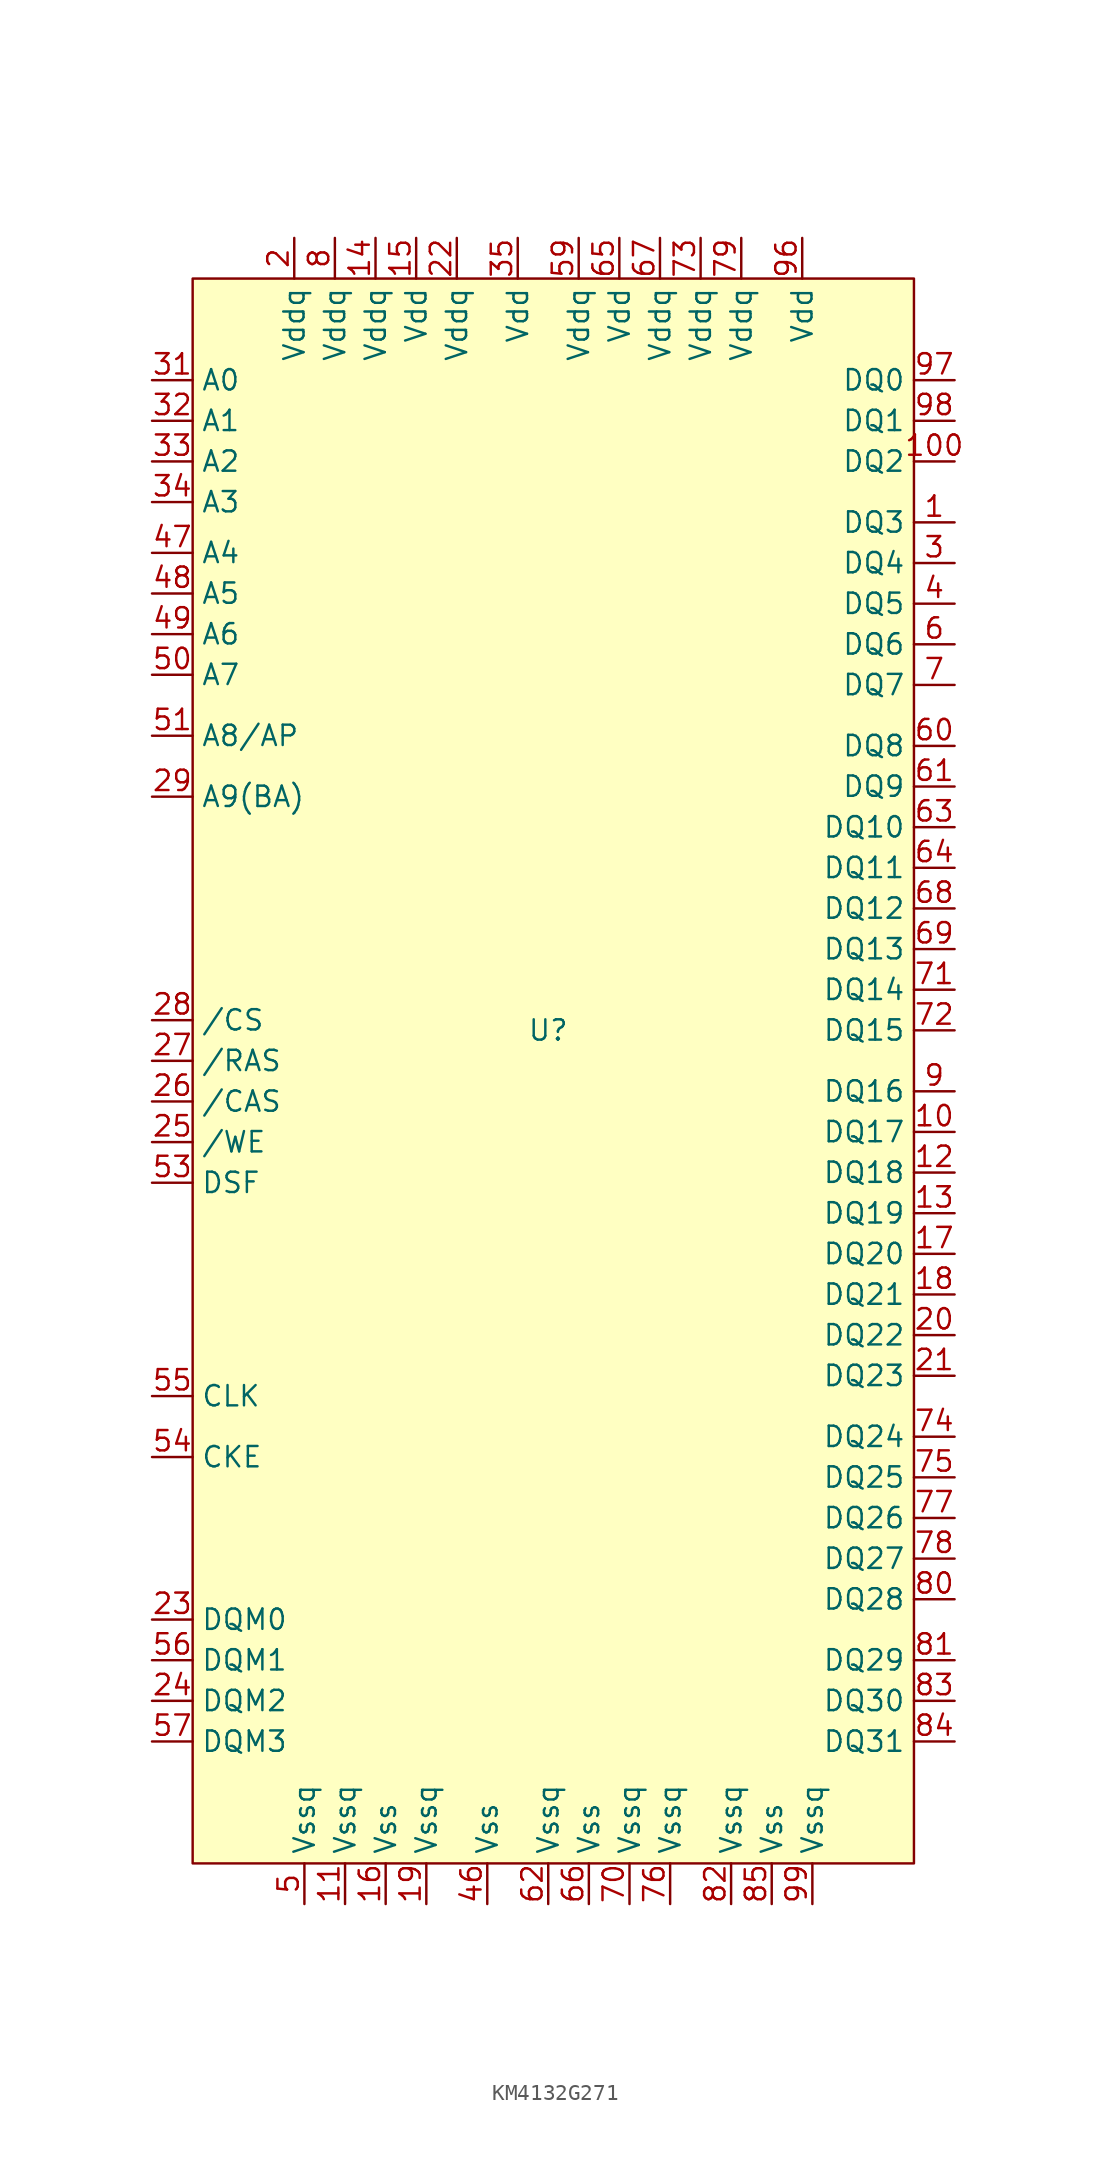
<source format=kicad_sym>
(kicad_symbol_lib
  (version 20220914)
  (generator kicad_symbol_editor)
  (symbol "KM4132G271"
    (property "Reference" "U"
      (at 22.225 -46.99 0)
      (effects (font (size 1.27 1.27))))
    (property "Value" ""
      (at 0 0 0)
      (effects (font (size 1.27 1.27))))
    (symbol "KM4132G271_1_0"
      (pin no_connect non_logic (at 34.29 -35.56 180) (length 2.54) hide (name "NC" (effects (font (size 1.27 1.27)))) (number "30" (effects (font (size 1.27 1.27)))))
      (pin no_connect non_logic (at 34.29 -38.1 180) (length 2.54) hide (name "NC" (effects (font (size 1.27 1.27)))) (number "36" (effects (font (size 1.27 1.27)))))
      (pin no_connect non_logic (at 34.29 -40.64 180) (length 2.54) hide (name "NC" (effects (font (size 1.27 1.27)))) (number "37" (effects (font (size 1.27 1.27)))))
      (pin no_connect non_logic (at 34.29 -43.18 180) (length 2.54) hide (name "NC" (effects (font (size 1.27 1.27)))) (number "38" (effects (font (size 1.27 1.27)))))
      (pin no_connect non_logic (at 34.29 -45.72 180) (length 2.54) hide (name "NC" (effects (font (size 1.27 1.27)))) (number "39" (effects (font (size 1.27 1.27)))))
      (pin no_connect non_logic (at 34.29 -48.26 180) (length 2.54) hide (name "NC" (effects (font (size 1.27 1.27)))) (number "40" (effects (font (size 1.27 1.27)))))
      (pin no_connect non_logic (at 34.29 -50.8 180) (length 2.54) hide (name "NC" (effects (font (size 1.27 1.27)))) (number "41" (effects (font (size 1.27 1.27)))))
      (pin no_connect non_logic (at 34.29 -53.34 180) (length 2.54) hide (name "NC" (effects (font (size 1.27 1.27)))) (number "42" (effects (font (size 1.27 1.27)))))
      (pin no_connect non_logic (at 34.29 -55.88 180) (length 2.54) hide (name "NC" (effects (font (size 1.27 1.27)))) (number "43" (effects (font (size 1.27 1.27)))))
      (pin no_connect non_logic (at 34.29 -58.42 180) (length 2.54) hide (name "NC" (effects (font (size 1.27 1.27)))) (number "44" (effects (font (size 1.27 1.27)))))
      (pin no_connect non_logic (at 34.29 -60.96 180) (length 2.54) hide (name "NC" (effects (font (size 1.27 1.27)))) (number "45" (effects (font (size 1.27 1.27)))))
      (pin no_connect non_logic (at 34.29 -63.5 180) (length 2.54) hide (name "NC" (effects (font (size 1.27 1.27)))) (number "52" (effects (font (size 1.27 1.27)))))
      (pin no_connect non_logic (at 34.29 -66.04 180) (length 2.54) hide (name "NC" (effects (font (size 1.27 1.27)))) (number "58" (effects (font (size 1.27 1.27)))))
      (pin no_connect non_logic (at 34.29 -68.58 180) (length 2.54) hide (name "NC" (effects (font (size 1.27 1.27)))) (number "86" (effects (font (size 1.27 1.27)))))
      (pin no_connect non_logic (at 34.29 -71.12 180) (length 2.54) hide (name "NC" (effects (font (size 1.27 1.27)))) (number "87" (effects (font (size 1.27 1.27)))))
      (pin no_connect non_logic (at 34.29 -73.66 180) (length 2.54) hide (name "NC" (effects (font (size 1.27 1.27)))) (number "88" (effects (font (size 1.27 1.27)))))
      (pin no_connect non_logic (at 34.29 -76.2 180) (length 2.54) hide (name "NC" (effects (font (size 1.27 1.27)))) (number "89" (effects (font (size 1.27 1.27)))))
      (pin no_connect non_logic (at 34.29 -78.74 180) (length 2.54) hide (name "NC" (effects (font (size 1.27 1.27)))) (number "90" (effects (font (size 1.27 1.27)))))
      (pin no_connect non_logic (at 34.29 -81.28 180) (length 2.54) hide (name "NC" (effects (font (size 1.27 1.27)))) (number "91" (effects (font (size 1.27 1.27)))))
      (pin no_connect non_logic (at 34.29 -83.82 180) (length 2.54) hide (name "NC" (effects (font (size 1.27 1.27)))) (number "92" (effects (font (size 1.27 1.27)))))
      (pin no_connect non_logic (at 34.29 -86.36 180) (length 2.54) hide (name "NC" (effects (font (size 1.27 1.27)))) (number "93" (effects (font (size 1.27 1.27)))))
      (pin no_connect non_logic (at 34.29 -88.9 180) (length 2.54) hide (name "NC" (effects (font (size 1.27 1.27)))) (number "94" (effects (font (size 1.27 1.27)))))
      (pin no_connect non_logic (at 34.29 -91.44 180) (length 2.54) hide (name "NC" (effects (font (size 1.27 1.27)))) (number "95" (effects (font (size 1.27 1.27))))))
    (symbol "KM4132G271_1_1"
      (rectangle (start 0 0) (end 45.085 -99.06) (stroke (width 0) (type default)) (fill (type background)))
      (pin bidirectional line (at 47.625 -15.24 180) (length 2.54) (name "DQ3" (effects (font (size 1.27 1.27)))) (number "1" (effects (font (size 1.27 1.27)))))
      (pin bidirectional line (at 47.625 -53.34 180) (length 2.54) (name "DQ17" (effects (font (size 1.27 1.27)))) (number "10" (effects (font (size 1.27 1.27)))))
      (pin bidirectional line (at 47.625 -11.43 180) (length 2.54) (name "DQ2" (effects (font (size 1.27 1.27)))) (number "100" (effects (font (size 1.27 1.27)))))
      (pin power_in line (at 9.525 -101.6 90) (length 2.54) (name "Vssq" (effects (font (size 1.27 1.27)))) (number "11" (effects (font (size 1.27 1.27)))))
      (pin bidirectional line (at 47.625 -55.88 180) (length 2.54) (name "DQ18" (effects (font (size 1.27 1.27)))) (number "12" (effects (font (size 1.27 1.27)))))
      (pin bidirectional line (at 47.625 -58.42 180) (length 2.54) (name "DQ19" (effects (font (size 1.27 1.27)))) (number "13" (effects (font (size 1.27 1.27)))))
      (pin power_in line (at 11.43 2.54 270) (length 2.54) (name "Vddq" (effects (font (size 1.27 1.27)))) (number "14" (effects (font (size 1.27 1.27)))))
      (pin power_in line (at 13.97 2.54 270) (length 2.54) (name "Vdd" (effects (font (size 1.27 1.27)))) (number "15" (effects (font (size 1.27 1.27)))))
      (pin power_in line (at 12.065 -101.6 90) (length 2.54) (name "Vss" (effects (font (size 1.27 1.27)))) (number "16" (effects (font (size 1.27 1.27)))))
      (pin bidirectional line (at 47.625 -60.96 180) (length 2.54) (name "DQ20" (effects (font (size 1.27 1.27)))) (number "17" (effects (font (size 1.27 1.27)))))
      (pin bidirectional line (at 47.625 -63.5 180) (length 2.54) (name "DQ21" (effects (font (size 1.27 1.27)))) (number "18" (effects (font (size 1.27 1.27)))))
      (pin power_in line (at 14.605 -101.6 90) (length 2.54) (name "Vssq" (effects (font (size 1.27 1.27)))) (number "19" (effects (font (size 1.27 1.27)))))
      (pin power_in line (at 6.35 2.54 270) (length 2.54) (name "Vddq" (effects (font (size 1.27 1.27)))) (number "2" (effects (font (size 1.27 1.27)))))
      (pin bidirectional line (at 47.625 -66.04 180) (length 2.54) (name "DQ22" (effects (font (size 1.27 1.27)))) (number "20" (effects (font (size 1.27 1.27)))))
      (pin bidirectional line (at 47.625 -68.58 180) (length 2.54) (name "DQ23" (effects (font (size 1.27 1.27)))) (number "21" (effects (font (size 1.27 1.27)))))
      (pin power_in line (at 16.51 2.54 270) (length 2.54) (name "Vddq" (effects (font (size 1.27 1.27)))) (number "22" (effects (font (size 1.27 1.27)))))
      (pin input line (at -2.54 -83.82 0) (length 2.54) (name "DQM0" (effects (font (size 1.27 1.27)))) (number "23" (effects (font (size 1.27 1.27)))))
      (pin input line (at -2.54 -88.9 0) (length 2.54) (name "DQM2" (effects (font (size 1.27 1.27)))) (number "24" (effects (font (size 1.27 1.27)))))
      (pin input line (at -2.54 -53.975 0) (length 2.54) (name "/WE" (effects (font (size 1.27 1.27)))) (number "25" (effects (font (size 1.27 1.27)))))
      (pin input line (at -2.54 -51.435 0) (length 2.54) (name "/CAS" (effects (font (size 1.27 1.27)))) (number "26" (effects (font (size 1.27 1.27)))))
      (pin input line (at -2.54 -48.895 0) (length 2.54) (name "/RAS" (effects (font (size 1.27 1.27)))) (number "27" (effects (font (size 1.27 1.27)))))
      (pin input line (at -2.54 -46.355 0) (length 2.54) (name "/CS" (effects (font (size 1.27 1.27)))) (number "28" (effects (font (size 1.27 1.27)))))
      (pin input line (at -2.54 -32.385 0) (length 2.54) (name "A9(BA)" (effects (font (size 1.27 1.27)))) (number "29" (effects (font (size 1.27 1.27)))))
      (pin bidirectional line (at 47.625 -17.78 180) (length 2.54) (name "DQ4" (effects (font (size 1.27 1.27)))) (number "3" (effects (font (size 1.27 1.27)))))
      (pin input line (at -2.54 -6.35 0) (length 2.54) (name "A0" (effects (font (size 1.27 1.27)))) (number "31" (effects (font (size 1.27 1.27)))))
      (pin input line (at -2.54 -8.89 0) (length 2.54) (name "A1" (effects (font (size 1.27 1.27)))) (number "32" (effects (font (size 1.27 1.27)))))
      (pin input line (at -2.54 -11.43 0) (length 2.54) (name "A2" (effects (font (size 1.27 1.27)))) (number "33" (effects (font (size 1.27 1.27)))))
      (pin input line (at -2.54 -13.97 0) (length 2.54) (name "A3" (effects (font (size 1.27 1.27)))) (number "34" (effects (font (size 1.27 1.27)))))
      (pin power_in line (at 20.32 2.54 270) (length 2.54) (name "Vdd" (effects (font (size 1.27 1.27)))) (number "35" (effects (font (size 1.27 1.27)))))
      (pin bidirectional line (at 47.625 -20.32 180) (length 2.54) (name "DQ5" (effects (font (size 1.27 1.27)))) (number "4" (effects (font (size 1.27 1.27)))))
      (pin power_in line (at 18.415 -101.6 90) (length 2.54) (name "Vss" (effects (font (size 1.27 1.27)))) (number "46" (effects (font (size 1.27 1.27)))))
      (pin input line (at -2.54 -17.145 0) (length 2.54) (name "A4" (effects (font (size 1.27 1.27)))) (number "47" (effects (font (size 1.27 1.27)))))
      (pin input line (at -2.54 -19.685 0) (length 2.54) (name "A5" (effects (font (size 1.27 1.27)))) (number "48" (effects (font (size 1.27 1.27)))))
      (pin input line (at -2.54 -22.225 0) (length 2.54) (name "A6" (effects (font (size 1.27 1.27)))) (number "49" (effects (font (size 1.27 1.27)))))
      (pin power_in line (at 6.985 -101.6 90) (length 2.54) (name "Vssq" (effects (font (size 1.27 1.27)))) (number "5" (effects (font (size 1.27 1.27)))))
      (pin input line (at -2.54 -24.765 0) (length 2.54) (name "A7" (effects (font (size 1.27 1.27)))) (number "50" (effects (font (size 1.27 1.27)))))
      (pin input line (at -2.54 -28.575 0) (length 2.54) (name "A8/AP" (effects (font (size 1.27 1.27)))) (number "51" (effects (font (size 1.27 1.27)))))
      (pin input line (at -2.54 -56.515 0) (length 2.54) (name "DSF" (effects (font (size 1.27 1.27)))) (number "53" (effects (font (size 1.27 1.27)))))
      (pin input line (at -2.54 -73.66 0) (length 2.54) (name "CKE" (effects (font (size 1.27 1.27)))) (number "54" (effects (font (size 1.27 1.27)))))
      (pin input line (at -2.54 -69.85 0) (length 2.54) (name "CLK" (effects (font (size 1.27 1.27)))) (number "55" (effects (font (size 1.27 1.27)))))
      (pin input line (at -2.54 -86.36 0) (length 2.54) (name "DQM1" (effects (font (size 1.27 1.27)))) (number "56" (effects (font (size 1.27 1.27)))))
      (pin input line (at -2.54 -91.44 0) (length 2.54) (name "DQM3" (effects (font (size 1.27 1.27)))) (number "57" (effects (font (size 1.27 1.27)))))
      (pin power_in line (at 24.13 2.54 270) (length 2.54) (name "Vddq" (effects (font (size 1.27 1.27)))) (number "59" (effects (font (size 1.27 1.27)))))
      (pin bidirectional line (at 47.625 -22.86 180) (length 2.54) (name "DQ6" (effects (font (size 1.27 1.27)))) (number "6" (effects (font (size 1.27 1.27)))))
      (pin bidirectional line (at 47.625 -29.21 180) (length 2.54) (name "DQ8" (effects (font (size 1.27 1.27)))) (number "60" (effects (font (size 1.27 1.27)))))
      (pin bidirectional line (at 47.625 -31.75 180) (length 2.54) (name "DQ9" (effects (font (size 1.27 1.27)))) (number "61" (effects (font (size 1.27 1.27)))))
      (pin power_in line (at 22.225 -101.6 90) (length 2.54) (name "Vssq" (effects (font (size 1.27 1.27)))) (number "62" (effects (font (size 1.27 1.27)))))
      (pin bidirectional line (at 47.625 -34.29 180) (length 2.54) (name "DQ10" (effects (font (size 1.27 1.27)))) (number "63" (effects (font (size 1.27 1.27)))))
      (pin bidirectional line (at 47.625 -36.83 180) (length 2.54) (name "DQ11" (effects (font (size 1.27 1.27)))) (number "64" (effects (font (size 1.27 1.27)))))
      (pin power_in line (at 26.67 2.54 270) (length 2.54) (name "Vdd" (effects (font (size 1.27 1.27)))) (number "65" (effects (font (size 1.27 1.27)))))
      (pin power_in line (at 24.765 -101.6 90) (length 2.54) (name "Vss" (effects (font (size 1.27 1.27)))) (number "66" (effects (font (size 1.27 1.27)))))
      (pin power_in line (at 29.21 2.54 270) (length 2.54) (name "Vddq" (effects (font (size 1.27 1.27)))) (number "67" (effects (font (size 1.27 1.27)))))
      (pin bidirectional line (at 47.625 -39.37 180) (length 2.54) (name "DQ12" (effects (font (size 1.27 1.27)))) (number "68" (effects (font (size 1.27 1.27)))))
      (pin bidirectional line (at 47.625 -41.91 180) (length 2.54) (name "DQ13" (effects (font (size 1.27 1.27)))) (number "69" (effects (font (size 1.27 1.27)))))
      (pin bidirectional line (at 47.625 -25.4 180) (length 2.54) (name "DQ7" (effects (font (size 1.27 1.27)))) (number "7" (effects (font (size 1.27 1.27)))))
      (pin power_in line (at 27.305 -101.6 90) (length 2.54) (name "Vssq" (effects (font (size 1.27 1.27)))) (number "70" (effects (font (size 1.27 1.27)))))
      (pin bidirectional line (at 47.625 -44.45 180) (length 2.54) (name "DQ14" (effects (font (size 1.27 1.27)))) (number "71" (effects (font (size 1.27 1.27)))))
      (pin bidirectional line (at 47.625 -46.99 180) (length 2.54) (name "DQ15" (effects (font (size 1.27 1.27)))) (number "72" (effects (font (size 1.27 1.27)))))
      (pin power_in line (at 31.75 2.54 270) (length 2.54) (name "Vddq" (effects (font (size 1.27 1.27)))) (number "73" (effects (font (size 1.27 1.27)))))
      (pin bidirectional line (at 47.625 -72.39 180) (length 2.54) (name "DQ24" (effects (font (size 1.27 1.27)))) (number "74" (effects (font (size 1.27 1.27)))))
      (pin bidirectional line (at 47.625 -74.93 180) (length 2.54) (name "DQ25" (effects (font (size 1.27 1.27)))) (number "75" (effects (font (size 1.27 1.27)))))
      (pin power_in line (at 29.845 -101.6 90) (length 2.54) (name "Vssq" (effects (font (size 1.27 1.27)))) (number "76" (effects (font (size 1.27 1.27)))))
      (pin bidirectional line (at 47.625 -77.47 180) (length 2.54) (name "DQ26" (effects (font (size 1.27 1.27)))) (number "77" (effects (font (size 1.27 1.27)))))
      (pin bidirectional line (at 47.625 -80.01 180) (length 2.54) (name "DQ27" (effects (font (size 1.27 1.27)))) (number "78" (effects (font (size 1.27 1.27)))))
      (pin power_in line (at 34.29 2.54 270) (length 2.54) (name "Vddq" (effects (font (size 1.27 1.27)))) (number "79" (effects (font (size 1.27 1.27)))))
      (pin power_in line (at 8.89 2.54 270) (length 2.54) (name "Vddq" (effects (font (size 1.27 1.27)))) (number "8" (effects (font (size 1.27 1.27)))))
      (pin bidirectional line (at 47.625 -82.55 180) (length 2.54) (name "DQ28" (effects (font (size 1.27 1.27)))) (number "80" (effects (font (size 1.27 1.27)))))
      (pin bidirectional line (at 47.625 -86.36 180) (length 2.54) (name "DQ29" (effects (font (size 1.27 1.27)))) (number "81" (effects (font (size 1.27 1.27)))))
      (pin power_in line (at 33.655 -101.6 90) (length 2.54) (name "Vssq" (effects (font (size 1.27 1.27)))) (number "82" (effects (font (size 1.27 1.27)))))
      (pin bidirectional line (at 47.625 -88.9 180) (length 2.54) (name "DQ30" (effects (font (size 1.27 1.27)))) (number "83" (effects (font (size 1.27 1.27)))))
      (pin bidirectional line (at 47.625 -91.44 180) (length 2.54) (name "DQ31" (effects (font (size 1.27 1.27)))) (number "84" (effects (font (size 1.27 1.27)))))
      (pin power_in line (at 36.195 -101.6 90) (length 2.54) (name "Vss" (effects (font (size 1.27 1.27)))) (number "85" (effects (font (size 1.27 1.27)))))
      (pin bidirectional line (at 47.625 -50.8 180) (length 2.54) (name "DQ16" (effects (font (size 1.27 1.27)))) (number "9" (effects (font (size 1.27 1.27)))))
      (pin power_in line (at 38.1 2.54 270) (length 2.54) (name "Vdd" (effects (font (size 1.27 1.27)))) (number "96" (effects (font (size 1.27 1.27)))))
      (pin bidirectional line (at 47.625 -6.35 180) (length 2.54) (name "DQ0" (effects (font (size 1.27 1.27)))) (number "97" (effects (font (size 1.27 1.27)))))
      (pin bidirectional line (at 47.625 -8.89 180) (length 2.54) (name "DQ1" (effects (font (size 1.27 1.27)))) (number "98" (effects (font (size 1.27 1.27)))))
      (pin power_in line (at 38.735 -101.6 90) (length 2.54) (name "Vssq" (effects (font (size 1.27 1.27)))) (number "99" (effects (font (size 1.27 1.27))))))))
</source>
